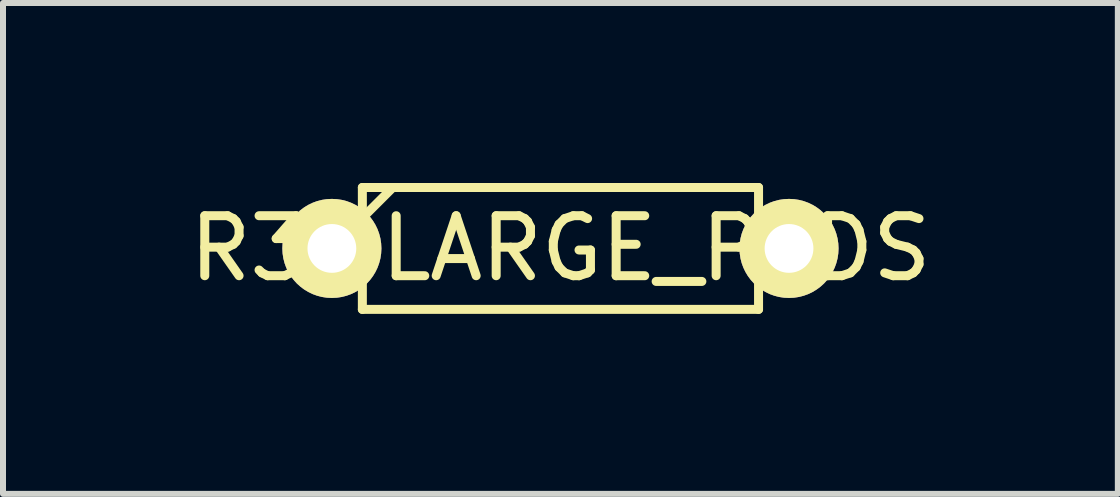
<source format=kicad_pcb>
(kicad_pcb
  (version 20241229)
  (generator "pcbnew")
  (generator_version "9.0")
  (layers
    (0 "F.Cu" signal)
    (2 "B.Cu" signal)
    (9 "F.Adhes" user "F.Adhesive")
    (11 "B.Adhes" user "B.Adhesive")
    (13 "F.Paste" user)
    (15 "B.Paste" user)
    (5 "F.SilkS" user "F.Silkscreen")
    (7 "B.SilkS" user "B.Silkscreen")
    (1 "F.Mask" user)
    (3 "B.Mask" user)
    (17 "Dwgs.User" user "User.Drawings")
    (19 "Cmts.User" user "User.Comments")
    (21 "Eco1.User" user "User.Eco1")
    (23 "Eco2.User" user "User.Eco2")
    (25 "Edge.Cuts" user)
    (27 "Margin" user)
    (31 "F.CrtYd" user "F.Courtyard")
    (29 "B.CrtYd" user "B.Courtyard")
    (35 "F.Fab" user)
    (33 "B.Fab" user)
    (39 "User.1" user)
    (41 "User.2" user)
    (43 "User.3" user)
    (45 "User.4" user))
  (footprint "R3-LARGE_PADS"
    (layer "F.Cu")
    (at 6.292 1.091)
    (property "Reference" "R3-LARGE_PADS" (at 0 0 0) (layer "F.SilkS") (effects (font (size 1 1) (thickness 0.15))))
    (attr through_hole)
    (fp_line (start -3.81 0) (end -3.302 0) (stroke (width 0.15) (type solid)) (layer "F.SilkS"))
    (fp_line (start -3.302 -1.016) (end -3.302 1.016) (stroke (width 0.15) (type solid)) (layer "F.SilkS"))
    (fp_line (start -3.302 -0.508) (end -2.794 -1.016) (stroke (width 0.15) (type solid)) (layer "F.SilkS"))
    (fp_line (start -3.302 1.016) (end 3.302 1.016) (stroke (width 0.15) (type solid)) (layer "F.SilkS"))
    (fp_line (start 3.302 -1.016) (end -3.302 -1.016) (stroke (width 0.15) (type solid)) (layer "F.SilkS"))
    (fp_line (start 3.302 0) (end 3.302 -1.016) (stroke (width 0.15) (type solid)) (layer "F.SilkS"))
    (fp_line (start 3.302 1.016) (end 3.302 0) (stroke (width 0.15) (type solid)) (layer "F.SilkS"))
    (fp_line (start 3.81 0) (end 3.302 0) (stroke (width 0.15) (type solid)) (layer "F.SilkS"))
    (pad "1" thru_hole circle (at -3.81 0) (size 1.651 1.651) (drill 0.813) (layers "*.Cu" "*.Mask" "F.SilkS"))
    (pad "2" thru_hole circle (at 3.81 0) (size 1.651 1.651) (drill 0.813) (layers "*.Cu" "*.Mask" "F.SilkS")))
  (gr_rect
    (start -3 -3)
    (end 15.583 5.182)
    (stroke (width 0.1) (type default))
    (fill no)
    (layer "Edge.Cuts")))
</source>
